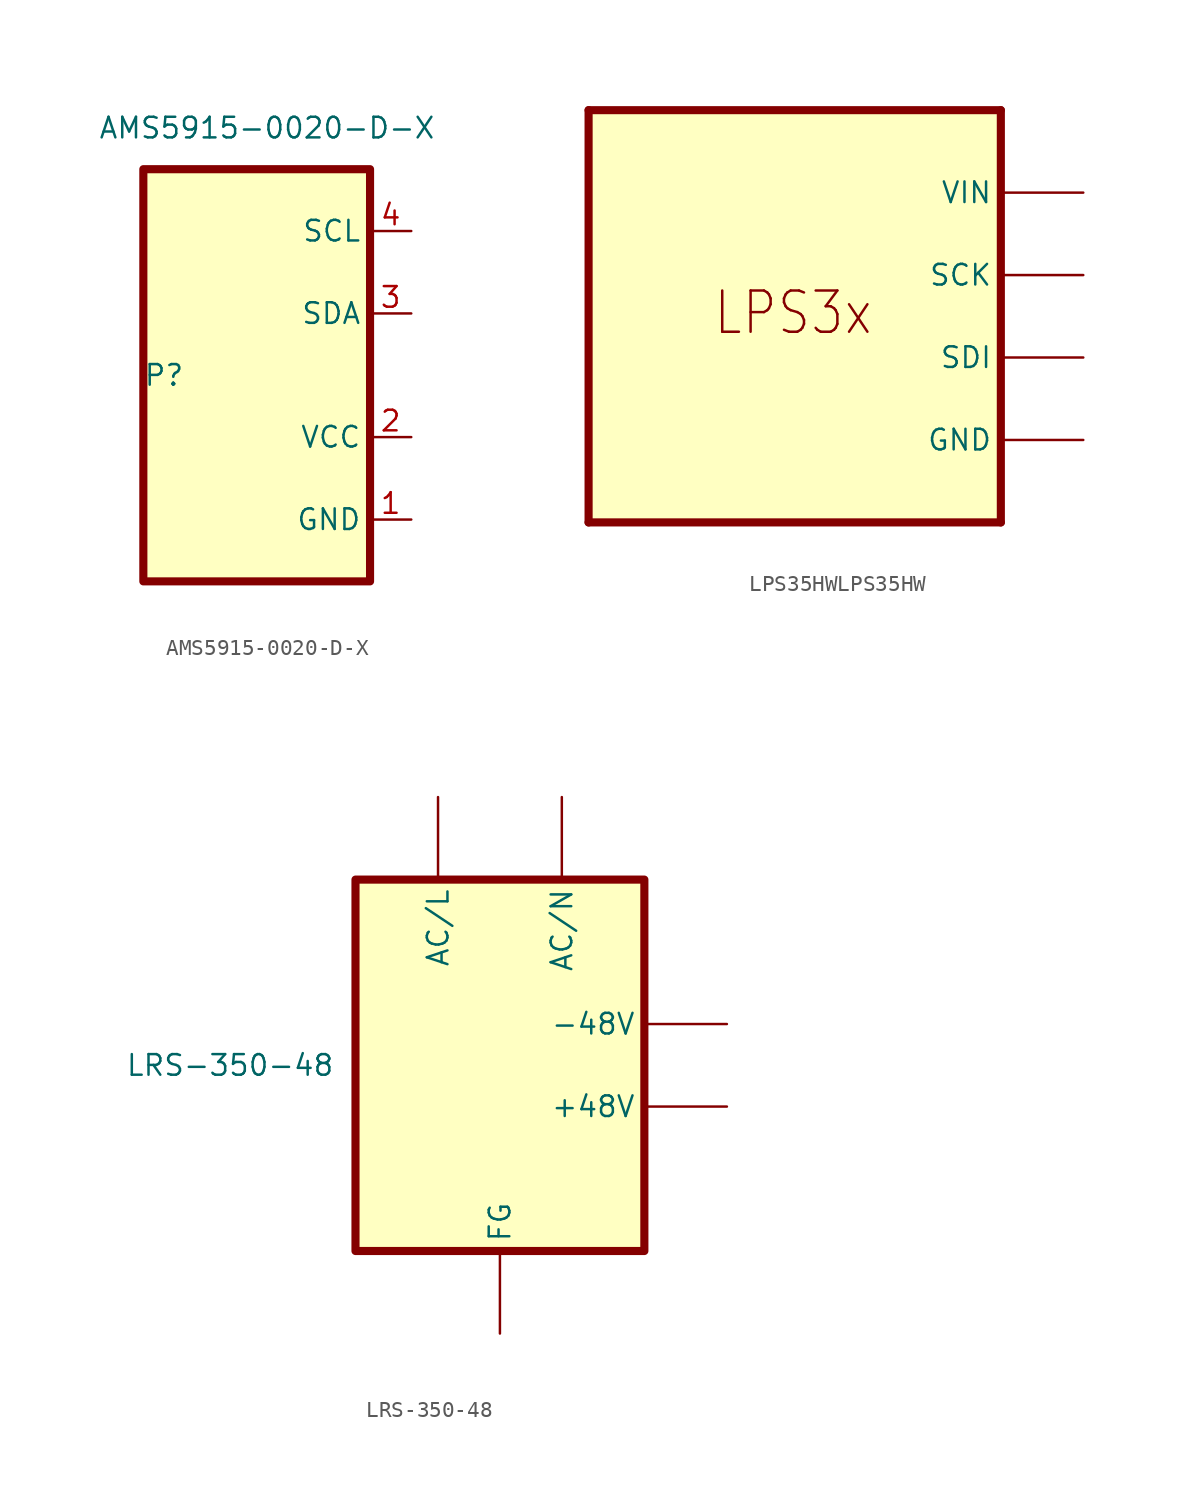
<source format=kicad_sym>
(kicad_symbol_lib
  (version 20211014)
  (generator kicad_symbol_editor)
  (symbol "AMS5915-0020-D-X"
    (property "Reference" "P"
      (at -5.08 0 0)
      (effects (font (size 1.27 1.27))))
    (property "Value" "AMS5915-0020-D-X"
      (at 1.27 15.24 0)
      (effects (font (size 1.27 1.27))))
    (symbol "AMS5915-0020-D-X_0_1"
      (rectangle (start -6.35 12.7) (end 7.62 -12.7) (stroke (width 0.5) (type default) (color 0 0 0 0)) (fill (type background))))
    (symbol "AMS5915-0020-D-X_1_1"
      (pin input line (at 10.16 -8.89 180) (length 2.54) (name "GND" (effects (font (size 1.27 1.27)))) (number "1" (effects (font (size 1.27 1.27)))))
      (pin input line (at 10.16 -3.81 180) (length 2.54) (name "VCC" (effects (font (size 1.27 1.27)))) (number "2" (effects (font (size 1.27 1.27)))))
      (pin output line (at 10.16 3.81 180) (length 2.54) (name "SDA" (effects (font (size 1.27 1.27)))) (number "3" (effects (font (size 1.27 1.27)))))
      (pin input line (at 10.16 8.89 180) (length 2.54) (name "SCL" (effects (font (size 1.27 1.27)))) (number "4" (effects (font (size 1.27 1.27)))))))
  (symbol "LPS35HWLPS35HW"
    (pin_numbers hide)
    (property "Reference" "P_abs"
      (at 0 -2.54 0)
      (effects (font (size 1.27 1.27)) hide))
    (property "ki_locked" ""
      (at 0 0 0)
      (effects (font (size 1.27 1.27))))
    (symbol "LPS35HWLPS35HW_1_0"
      (rectangle (start -12.7 12.7) (end 12.7 -12.7) (stroke (width 0) (type default) (color 0 0 0 0)) (fill (type background)))
      (polyline (pts (xy -12.7 -12.7) (xy 12.7 -12.7)) (stroke (width 0.5) (type default) (color 0 0 0 0)) (fill (type none)))
      (polyline (pts (xy -12.7 12.7) (xy -12.7 -12.7)) (stroke (width 0.5) (type default) (color 0 0 0 0)) (fill (type none)))
      (polyline (pts (xy 12.7 -12.7) (xy 12.7 12.7)) (stroke (width 0.5) (type default) (color 0 0 0 0)) (fill (type none)))
      (polyline (pts (xy 12.7 12.7) (xy -12.7 12.7)) (stroke (width 0.5) (type default) (color 0 0 0 0)) (fill (type background)))
      (text "LPS3x" (at -5.08 -1.27 0) (effects (font (size 2.54 2.159)) (justify left bottom)))
      (pin power_in line (at 17.78 7.62 180) (length 5.08) (name "VIN" (effects (font (size 1.27 1.27)))) (number "10" (effects (font (size 1.27 1.27)))))
      (pin input line (at 17.78 2.54 180) (length 5.08) (name "SCK" (effects (font (size 1.27 1.27)))) (number "2" (effects (font (size 1.27 1.27)))))
      (pin power_in line (at 17.78 -7.62 180) (length 5.08) (name "GND" (effects (font (size 1.27 1.27)))) (number "3" (effects (font (size 0 0)))))
      (pin bidirectional line (at 17.78 -2.54 180) (length 5.08) (name "SDI" (effects (font (size 1.27 1.27)))) (number "5" (effects (font (size 1.27 1.27)))))))
  (symbol "LRS-350-48"
    (property "Reference" "LRS?"
      (at -10.16 1.27 0)
      (effects (font (size 1.27 1.27)) (justify right) hide))
    (property "Value" "LRS-350-48"
      (at -10.16 0.0001 0)
      (effects (font (size 1.27 1.27)) (justify right)))
    (symbol "LRS-350-48_0_1"
      (rectangle (start -8.89 11.43) (end 8.89 -11.43) (stroke (width 0.5) (type default) (color 0 0 0 0)) (fill (type background))))
    (symbol "LRS-350-48_1_0"
      (pin power_in line (at 0 -16.51 90) (length 5.08) (name "FG" (effects (font (size 1.27 1.27)))) (number "" (effects (font (size 0 0)))))
      (pin power_in line (at -3.81 16.51 270) (length 5.08) (name "AC/L" (effects (font (size 1.27 1.27)))) (number "1" (effects (font (size 0 0)))))
      (pin power_in line (at 3.81 16.51 270) (length 5.08) (name "AC/N" (effects (font (size 1.27 1.27)))) (number "2" (effects (font (size 0 0)))))
      (pin power_out line (at 13.97 -2.54 180) (length 5.08) (name "+48V" (effects (font (size 1.27 1.27)))) (number "4" (effects (font (size 0 0)))))
      (pin power_out line (at 13.97 2.54 180) (length 5.08) (name "-48V" (effects (font (size 1.27 1.27)))) (number "4" (effects (font (size 0 0))))))))
</source>
